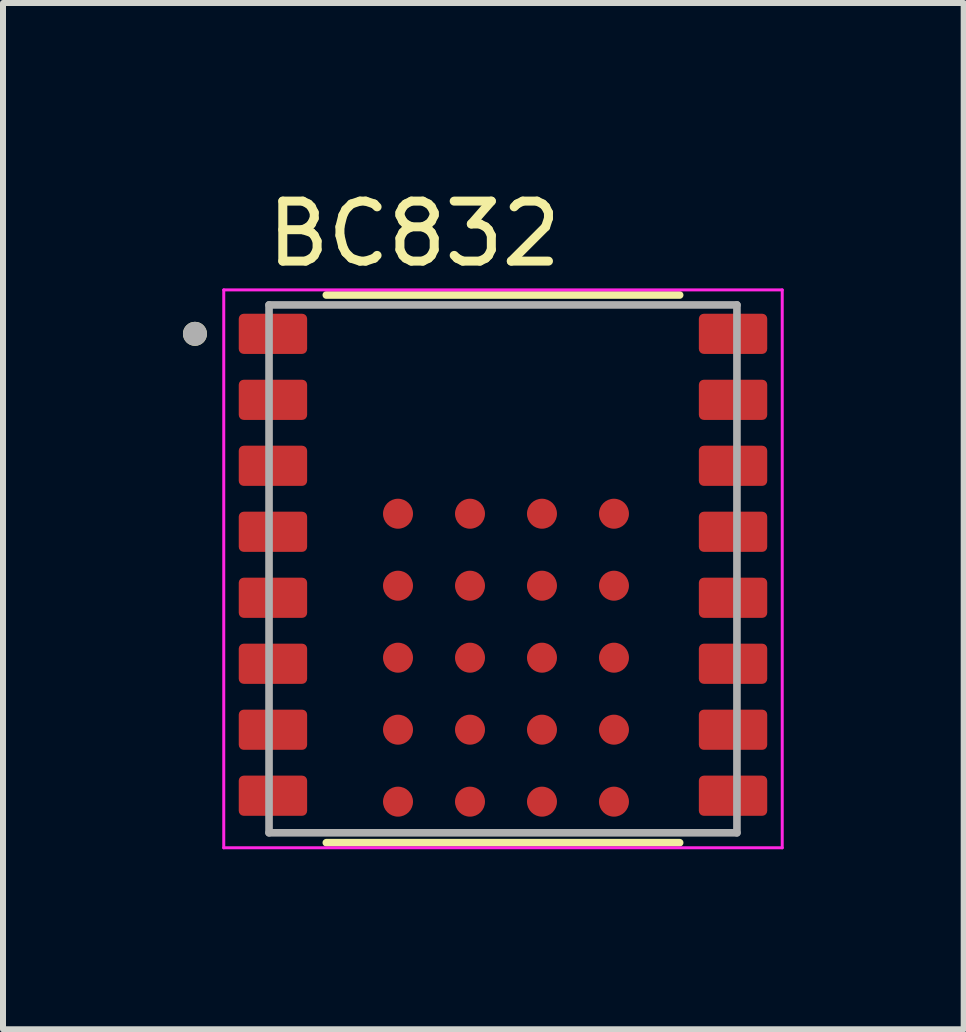
<source format=kicad_pcb>
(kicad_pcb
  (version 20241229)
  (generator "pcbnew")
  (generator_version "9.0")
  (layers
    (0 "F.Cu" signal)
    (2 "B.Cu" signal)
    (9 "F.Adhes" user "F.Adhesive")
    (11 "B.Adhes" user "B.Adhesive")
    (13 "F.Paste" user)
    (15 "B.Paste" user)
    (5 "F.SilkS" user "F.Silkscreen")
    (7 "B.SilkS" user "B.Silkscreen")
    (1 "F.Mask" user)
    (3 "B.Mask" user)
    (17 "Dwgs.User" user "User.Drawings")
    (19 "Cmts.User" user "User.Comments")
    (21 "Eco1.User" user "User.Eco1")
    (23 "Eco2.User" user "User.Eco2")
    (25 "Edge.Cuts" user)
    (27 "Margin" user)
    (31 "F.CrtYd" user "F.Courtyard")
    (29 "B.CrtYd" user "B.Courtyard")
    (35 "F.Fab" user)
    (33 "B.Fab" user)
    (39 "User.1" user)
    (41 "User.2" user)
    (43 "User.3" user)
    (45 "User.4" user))
  (footprint "BC832"
    (layer "F.Cu")
    (at 5.335 6.433)
    (property "Reference" "BC832" (at -1.48 -5.585 0) (layer "F.SilkS") (effects (font (size 1 1) (thickness 0.15))))
    (attr smd)
    (fp_line (start -2.945 -4.565) (end 2.945 -4.565) (stroke (width 0.127) (type solid)) (layer "F.SilkS"))
    (fp_line (start -2.945 4.565) (end 2.945 4.565) (stroke (width 0.127) (type solid)) (layer "F.SilkS"))
    (fp_circle (center -5.135 -3.918) (end -5.035 -3.918) (stroke (width 0.2) (type solid)) (fill no) (layer "F.SilkS"))
    (fp_line (start -4.655 -4.65) (end -4.655 4.65) (stroke (width 0.05) (type solid)) (layer "F.CrtYd"))
    (fp_line (start -4.655 4.65) (end 4.655 4.65) (stroke (width 0.05) (type solid)) (layer "F.CrtYd"))
    (fp_line (start 4.655 -4.65) (end -4.655 -4.65) (stroke (width 0.05) (type solid)) (layer "F.CrtYd"))
    (fp_line (start 4.655 4.65) (end 4.655 -4.65) (stroke (width 0.05) (type solid)) (layer "F.CrtYd"))
    (fp_line (start -3.9 -4.4) (end -3.9 4.4) (stroke (width 0.127) (type solid)) (layer "F.Fab"))
    (fp_line (start -3.9 -4.4) (end 3.9 -4.4) (stroke (width 0.127) (type solid)) (layer "F.Fab"))
    (fp_line (start 3.9 -4.4) (end 3.9 4.4) (stroke (width 0.127) (type solid)) (layer "F.Fab"))
    (fp_line (start 3.9 4.4) (end -3.9 4.4) (stroke (width 0.127) (type solid)) (layer "F.Fab"))
    (fp_circle (center -5.135 -3.918) (end -5.035 -3.918) (stroke (width 0.2) (type solid)) (fill no) (layer "F.Fab"))
    (pad "1" smd roundrect (at -3.835 -3.918) (size 1.14 0.67) (layers "F.Cu" "F.Mask" "F.Paste") (roundrect_rratio 0.125))
    (pad "2" smd roundrect (at -3.835 -2.818) (size 1.14 0.67) (layers "F.Cu" "F.Mask" "F.Paste") (roundrect_rratio 0.125))
    (pad "3" smd roundrect (at -3.835 -1.718) (size 1.14 0.67) (layers "F.Cu" "F.Mask" "F.Paste") (roundrect_rratio 0.125))
    (pad "4" smd roundrect (at -3.835 -0.618) (size 1.14 0.67) (layers "F.Cu" "F.Mask" "F.Paste") (roundrect_rratio 0.125))
    (pad "5" smd roundrect (at -3.835 0.482) (size 1.14 0.67) (layers "F.Cu" "F.Mask" "F.Paste") (roundrect_rratio 0.125))
    (pad "6" smd roundrect (at -3.835 1.582) (size 1.14 0.67) (layers "F.Cu" "F.Mask" "F.Paste") (roundrect_rratio 0.125))
    (pad "7" smd roundrect (at -3.835 2.682) (size 1.14 0.67) (layers "F.Cu" "F.Mask" "F.Paste") (roundrect_rratio 0.125))
    (pad "8" smd roundrect (at -3.835 3.782) (size 1.14 0.67) (layers "F.Cu" "F.Mask" "F.Paste") (roundrect_rratio 0.125))
    (pad "9" smd roundrect (at 3.835 3.782) (size 1.14 0.67) (layers "F.Cu" "F.Mask" "F.Paste") (roundrect_rratio 0.125))
    (pad "10" smd roundrect (at 3.835 2.682) (size 1.14 0.67) (layers "F.Cu" "F.Mask" "F.Paste") (roundrect_rratio 0.125))
    (pad "11" smd roundrect (at 3.835 1.582) (size 1.14 0.67) (layers "F.Cu" "F.Mask" "F.Paste") (roundrect_rratio 0.125))
    (pad "12" smd roundrect (at 3.835 0.482) (size 1.14 0.67) (layers "F.Cu" "F.Mask" "F.Paste") (roundrect_rratio 0.125))
    (pad "13" smd roundrect (at 3.835 -0.618) (size 1.14 0.67) (layers "F.Cu" "F.Mask" "F.Paste") (roundrect_rratio 0.125))
    (pad "14" smd roundrect (at 3.835 -1.718) (size 1.14 0.67) (layers "F.Cu" "F.Mask" "F.Paste") (roundrect_rratio 0.125))
    (pad "15" smd roundrect (at 3.835 -2.818) (size 1.14 0.67) (layers "F.Cu" "F.Mask" "F.Paste") (roundrect_rratio 0.125))
    (pad "16" smd roundrect (at 3.835 -3.918) (size 1.14 0.67) (layers "F.Cu" "F.Mask" "F.Paste") (roundrect_rratio 0.125))
    (pad "A1" smd circle (at -1.75 -0.919) (size 0.5 0.5) (layers "F.Cu" "F.Mask" "F.Paste"))
    (pad "A2" smd circle (at -1.75 0.281) (size 0.5 0.5) (layers "F.Cu" "F.Mask" "F.Paste"))
    (pad "A3" smd circle (at -1.75 1.481) (size 0.5 0.5) (layers "F.Cu" "F.Mask" "F.Paste"))
    (pad "A4" smd circle (at -1.75 2.681) (size 0.5 0.5) (layers "F.Cu" "F.Mask" "F.Paste"))
    (pad "A5" smd circle (at -1.75 3.881) (size 0.5 0.5) (layers "F.Cu" "F.Mask" "F.Paste"))
    (pad "B1" smd circle (at -0.55 -0.919) (size 0.5 0.5) (layers "F.Cu" "F.Mask" "F.Paste"))
    (pad "B2" smd circle (at -0.55 0.281) (size 0.5 0.5) (layers "F.Cu" "F.Mask" "F.Paste"))
    (pad "B3" smd circle (at -0.55 1.481) (size 0.5 0.5) (layers "F.Cu" "F.Mask" "F.Paste"))
    (pad "B4" smd circle (at -0.55 2.681) (size 0.5 0.5) (layers "F.Cu" "F.Mask" "F.Paste"))
    (pad "B5" smd circle (at -0.55 3.881) (size 0.5 0.5) (layers "F.Cu" "F.Mask" "F.Paste"))
    (pad "C1" smd circle (at 0.65 -0.919) (size 0.5 0.5) (layers "F.Cu" "F.Mask" "F.Paste"))
    (pad "C2" smd circle (at 0.65 0.281) (size 0.5 0.5) (layers "F.Cu" "F.Mask" "F.Paste"))
    (pad "C3" smd circle (at 0.65 1.481) (size 0.5 0.5) (layers "F.Cu" "F.Mask" "F.Paste"))
    (pad "C4" smd circle (at 0.65 2.681) (size 0.5 0.5) (layers "F.Cu" "F.Mask" "F.Paste"))
    (pad "C5" smd circle (at 0.65 3.881) (size 0.5 0.5) (layers "F.Cu" "F.Mask" "F.Paste"))
    (pad "D1" smd circle (at 1.85 -0.919) (size 0.5 0.5) (layers "F.Cu" "F.Mask" "F.Paste"))
    (pad "D2" smd circle (at 1.85 0.281) (size 0.5 0.5) (layers "F.Cu" "F.Mask" "F.Paste"))
    (pad "D3" smd circle (at 1.85 1.481) (size 0.5 0.5) (layers "F.Cu" "F.Mask" "F.Paste"))
    (pad "D4" smd circle (at 1.85 2.681) (size 0.5 0.5) (layers "F.Cu" "F.Mask" "F.Paste"))
    (pad "D5" smd circle (at 1.85 3.881) (size 0.5 0.5) (layers "F.Cu" "F.Mask" "F.Paste"))
    (zone (net_name "") (layer "F.Cu") (hatch full 0.508) (connect_pads) (min_thickness 0.01) (filled_areas_thickness no) (keepout (tracks not_allowed) (vias not_allowed) (pads not_allowed) (copperpour not_allowed) (footprints allowed)) (placement (enabled no)) (fill) (polygon (pts (xy 1.435 2.033) (xy 1.435 2.18) (xy 2 2.18) (xy 2.004 2.18) (xy 2.007 2.18) (xy 2.011 2.181) (xy 2.015 2.182) (xy 2.018 2.182) (xy 2.022 2.183) (xy 2.025 2.185) (xy 2.028 2.186) (xy 2.032 2.188) (xy 2.035 2.189) (xy 2.038 2.191) (xy 2.041 2.193) (xy 2.044 2.196) (xy 2.047 2.198) (xy 2.049 2.201) (xy 2.052 2.203) (xy 2.054 2.206) (xy 2.057 2.209) (xy 2.059 2.212) (xy 2.061 2.215) (xy 2.062 2.218) (xy 2.064 2.222) (xy 2.065 2.225) (xy 2.067 2.228) (xy 2.068 2.232) (xy 2.068 2.235) (xy 2.069 2.239) (xy 2.07 2.243) (xy 2.07 2.246) (xy 2.07 2.25) (xy 2.07 2.78) (xy 2.07 2.784) (xy 2.07 2.787) (xy 2.069 2.791) (xy 2.068 2.795) (xy 2.068 2.798) (xy 2.067 2.802) (xy 2.065 2.805) (xy 2.064 2.808) (xy 2.062 2.812) (xy 2.061 2.815) (xy 2.059 2.818) (xy 2.057 2.821) (xy 2.054 2.824) (xy 2.052 2.827) (xy 2.049 2.829) (xy 2.047 2.832) (xy 2.044 2.834) (xy 2.041 2.837) (xy 2.038 2.839) (xy 2.035 2.841) (xy 2.032 2.842) (xy 2.028 2.844) (xy 2.025 2.845) (xy 2.022 2.847) (xy 2.018 2.848) (xy 2.015 2.848) (xy 2.011 2.849) (xy 2.007 2.85) (xy 2.004 2.85) (xy 2 2.85) (xy 1.435 2.85) (xy 1.435 3.28) (xy 2 3.28) (xy 2.004 3.28) (xy 2.007 3.28) (xy 2.011 3.281) (xy 2.015 3.282) (xy 2.018 3.282) (xy 2.022 3.283) (xy 2.025 3.285) (xy 2.028 3.286) (xy 2.032 3.288) (xy 2.035 3.289) (xy 2.038 3.291) (xy 2.041 3.293) (xy 2.044 3.296) (xy 2.047 3.298) (xy 2.049 3.301) (xy 2.052 3.303) (xy 2.054 3.306) (xy 2.057 3.309) (xy 2.059 3.312) (xy 2.061 3.315) (xy 2.062 3.318) (xy 2.064 3.322) (xy 2.065 3.325) (xy 2.067 3.328) (xy 2.068 3.332) (xy 2.068 3.335) (xy 2.069 3.339) (xy 2.07 3.343) (xy 2.07 3.346) (xy 2.07 3.35) (xy 2.07 3.88) (xy 2.07 3.884) (xy 2.07 3.887) (xy 2.069 3.891) (xy 2.068 3.895) (xy 2.068 3.898) (xy 2.067 3.902) (xy 2.065 3.905) (xy 2.064 3.908) (xy 2.062 3.912) (xy 2.061 3.915) (xy 2.059 3.918) (xy 2.057 3.921) (xy 2.054 3.924) (xy 2.052 3.927) (xy 2.049 3.929) (xy 2.047 3.932) (xy 2.044 3.934) (xy 2.041 3.937) (xy 2.038 3.939) (xy 2.035 3.941) (xy 2.032 3.942) (xy 2.028 3.944) (xy 2.025 3.945) (xy 2.022 3.947) (xy 2.018 3.948) (xy 2.015 3.948) (xy 2.011 3.949) (xy 2.007 3.95) (xy 2.004 3.95) (xy 2 3.95) (xy 1.435 3.95) (xy 1.435 4.38) (xy 2 4.38) (xy 2.004 4.38) (xy 2.007 4.38) (xy 2.011 4.381) (xy 2.015 4.382) (xy 2.018 4.382) (xy 2.022 4.383) (xy 2.025 4.385) (xy 2.028 4.386) (xy 2.032 4.388) (xy 2.035 4.389) (xy 2.038 4.391) (xy 2.041 4.393) (xy 2.044 4.396) (xy 2.047 4.398) (xy 2.049 4.401) (xy 2.052 4.403) (xy 2.054 4.406) (xy 2.057 4.409) (xy 2.059 4.412) (xy 2.061 4.415) (xy 2.062 4.418) (xy 2.064 4.422) (xy 2.065 4.425) (xy 2.067 4.428) (xy 2.068 4.432) (xy 2.068 4.435) (xy 2.069 4.439) (xy 2.07 4.443) (xy 2.07 4.446) (xy 2.07 4.45) (xy 2.07 4.98) (xy 2.07 4.984) (xy 2.07 4.987) (xy 2.069 4.991) (xy 2.068 4.995) (xy 2.068 4.998) (xy 2.067 5.002) (xy 2.065 5.005) (xy 2.064 5.008) (xy 2.062 5.012) (xy 2.061 5.015) (xy 2.059 5.018) (xy 2.057 5.021) (xy 2.054 5.024) (xy 2.052 5.027) (xy 2.049 5.029) (xy 2.047 5.032) (xy 2.044 5.034) (xy 2.041 5.037) (xy 2.038 5.039) (xy 2.035 5.041) (xy 2.032 5.042) (xy 2.028 5.044) (xy 2.025 5.045) (xy 2.022 5.047) (xy 2.018 5.048) (xy 2.015 5.048) (xy 2.011 5.049) (xy 2.007 5.05) (xy 2.004 5.05) (xy 2 5.05) (xy 1.435 5.05) (xy 1.435 5.233) (xy 9.235 5.233) (xy 9.235 5.05) (xy 8.67 5.05) (xy 8.666 5.05) (xy 8.663 5.05) (xy 8.659 5.049) (xy 8.655 5.048) (xy 8.652 5.048) (xy 8.648 5.047) (xy 8.645 5.045) (xy 8.642 5.044) (xy 8.638 5.042) (xy 8.635 5.041) (xy 8.632 5.039) (xy 8.629 5.037) (xy 8.626 5.034) (xy 8.623 5.032) (xy 8.621 5.029) (xy 8.618 5.027) (xy 8.616 5.024) (xy 8.613 5.021) (xy 8.611 5.018) (xy 8.609 5.015) (xy 8.608 5.012) (xy 8.606 5.008) (xy 8.605 5.005) (xy 8.603 5.002) (xy 8.602 4.998) (xy 8.602 4.995) (xy 8.601 4.991) (xy 8.6 4.987) (xy 8.6 4.984) (xy 8.6 4.98) (xy 8.6 4.45) (xy 8.6 4.446) (xy 8.6 4.443) (xy 8.601 4.439) (xy 8.602 4.435) (xy 8.602 4.432) (xy 8.603 4.428) (xy 8.605 4.425) (xy 8.606 4.422) (xy 8.608 4.418) (xy 8.609 4.415) (xy 8.611 4.412) (xy 8.613 4.409) (xy 8.616 4.406) (xy 8.618 4.403) (xy 8.621 4.401) (xy 8.623 4.398) (xy 8.626 4.396) (xy 8.629 4.393) (xy 8.632 4.391) (xy 8.635 4.389) (xy 8.638 4.388) (xy 8.642 4.386) (xy 8.645 4.385) (xy 8.648 4.383) (xy 8.652 4.382) (xy 8.655 4.382) (xy 8.659 4.381) (xy 8.663 4.38) (xy 8.666 4.38) (xy 8.67 4.38) (xy 9.235 4.38) (xy 9.235 3.95) (xy 8.67 3.95) (xy 8.666 3.95) (xy 8.663 3.95) (xy 8.659 3.949) (xy 8.655 3.948) (xy 8.652 3.948) (xy 8.648 3.947) (xy 8.645 3.945) (xy 8.642 3.944) (xy 8.638 3.942) (xy 8.635 3.941) (xy 8.632 3.939) (xy 8.629 3.937) (xy 8.626 3.934) (xy 8.623 3.932) (xy 8.621 3.929) (xy 8.618 3.927) (xy 8.616 3.924) (xy 8.613 3.921) (xy 8.611 3.918) (xy 8.609 3.915) (xy 8.608 3.912) (xy 8.606 3.908) (xy 8.605 3.905) (xy 8.603 3.902) (xy 8.602 3.898) (xy 8.602 3.895) (xy 8.601 3.891) (xy 8.6 3.887) (xy 8.6 3.884) (xy 8.6 3.88) (xy 8.6 3.35) (xy 8.6 3.346) (xy 8.6 3.343) (xy 8.601 3.339) (xy 8.602 3.335) (xy 8.602 3.332) (xy 8.603 3.328) (xy 8.605 3.325) (xy 8.606 3.322) (xy 8.608 3.318) (xy 8.609 3.315) (xy 8.611 3.312) (xy 8.613 3.309) (xy 8.616 3.306) (xy 8.618 3.303) (xy 8.621 3.301) (xy 8.623 3.298) (xy 8.626 3.296) (xy 8.629 3.293) (xy 8.632 3.291) (xy 8.635 3.289) (xy 8.638 3.288) (xy 8.642 3.286) (xy 8.645 3.285) (xy 8.648 3.283) (xy 8.652 3.282) (xy 8.655 3.282) (xy 8.659 3.281) (xy 8.663 3.28) (xy 8.666 3.28) (xy 8.67 3.28) (xy 9.235 3.28) (xy 9.235 2.85) (xy 8.67 2.85) (xy 8.666 2.85) (xy 8.663 2.85) (xy 8.659 2.849) (xy 8.655 2.848) (xy 8.652 2.848) (xy 8.648 2.847) (xy 8.645 2.845) (xy 8.642 2.844) (xy 8.638 2.842) (xy 8.635 2.841) (xy 8.632 2.839) (xy 8.629 2.837) (xy 8.626 2.834) (xy 8.623 2.832) (xy 8.621 2.829) (xy 8.618 2.827) (xy 8.616 2.824) (xy 8.613 2.821) (xy 8.611 2.818) (xy 8.609 2.815) (xy 8.608 2.812) (xy 8.606 2.808) (xy 8.605 2.805) (xy 8.603 2.802) (xy 8.602 2.798) (xy 8.602 2.795) (xy 8.601 2.791) (xy 8.6 2.787) (xy 8.6 2.784) (xy 8.6 2.78) (xy 8.6 2.25) (xy 8.6 2.246) (xy 8.6 2.243) (xy 8.601 2.239) (xy 8.602 2.235) (xy 8.602 2.232) (xy 8.603 2.228) (xy 8.605 2.225) (xy 8.606 2.222) (xy 8.608 2.218) (xy 8.609 2.215) (xy 8.611 2.212) (xy 8.613 2.209) (xy 8.616 2.206) (xy 8.618 2.203) (xy 8.621 2.201) (xy 8.623 2.198) (xy 8.626 2.196) (xy 8.629 2.193) (xy 8.632 2.191) (xy 8.635 2.189) (xy 8.638 2.188) (xy 8.642 2.186) (xy 8.645 2.185) (xy 8.648 2.183) (xy 8.652 2.182) (xy 8.655 2.182) (xy 8.659 2.181) (xy 8.663 2.18) (xy 8.666 2.18) (xy 8.67 2.18) (xy 9.235 2.18) (xy 9.235 2.033))))
    (zone (net_name "") (layers "F.Cu" "B.Cu") (hatch full 0.508) (connect_pads) (min_thickness 0.01) (filled_areas_thickness no) (keepout (tracks allowed) (vias not_allowed) (pads allowed) (copperpour allowed) (footprints allowed)) (placement (enabled no)) (fill) (polygon (pts (xy 1.435 2.033) (xy 1.435 2.18) (xy 2 2.18) (xy 2.004 2.18) (xy 2.007 2.18) (xy 2.011 2.181) (xy 2.015 2.182) (xy 2.018 2.182) (xy 2.022 2.183) (xy 2.025 2.185) (xy 2.028 2.186) (xy 2.032 2.188) (xy 2.035 2.189) (xy 2.038 2.191) (xy 2.041 2.193) (xy 2.044 2.196) (xy 2.047 2.198) (xy 2.049 2.201) (xy 2.052 2.203) (xy 2.054 2.206) (xy 2.057 2.209) (xy 2.059 2.212) (xy 2.061 2.215) (xy 2.062 2.218) (xy 2.064 2.222) (xy 2.065 2.225) (xy 2.067 2.228) (xy 2.068 2.232) (xy 2.068 2.235) (xy 2.069 2.239) (xy 2.07 2.243) (xy 2.07 2.246) (xy 2.07 2.25) (xy 2.07 2.78) (xy 2.07 2.784) (xy 2.07 2.787) (xy 2.069 2.791) (xy 2.068 2.795) (xy 2.068 2.798) (xy 2.067 2.802) (xy 2.065 2.805) (xy 2.064 2.808) (xy 2.062 2.812) (xy 2.061 2.815) (xy 2.059 2.818) (xy 2.057 2.821) (xy 2.054 2.824) (xy 2.052 2.827) (xy 2.049 2.829) (xy 2.047 2.832) (xy 2.044 2.834) (xy 2.041 2.837) (xy 2.038 2.839) (xy 2.035 2.841) (xy 2.032 2.842) (xy 2.028 2.844) (xy 2.025 2.845) (xy 2.022 2.847) (xy 2.018 2.848) (xy 2.015 2.848) (xy 2.011 2.849) (xy 2.007 2.85) (xy 2.004 2.85) (xy 2 2.85) (xy 1.435 2.85) (xy 1.435 3.28) (xy 2 3.28) (xy 2.004 3.28) (xy 2.007 3.28) (xy 2.011 3.281) (xy 2.015 3.282) (xy 2.018 3.282) (xy 2.022 3.283) (xy 2.025 3.285) (xy 2.028 3.286) (xy 2.032 3.288) (xy 2.035 3.289) (xy 2.038 3.291) (xy 2.041 3.293) (xy 2.044 3.296) (xy 2.047 3.298) (xy 2.049 3.301) (xy 2.052 3.303) (xy 2.054 3.306) (xy 2.057 3.309) (xy 2.059 3.312) (xy 2.061 3.315) (xy 2.062 3.318) (xy 2.064 3.322) (xy 2.065 3.325) (xy 2.067 3.328) (xy 2.068 3.332) (xy 2.068 3.335) (xy 2.069 3.339) (xy 2.07 3.343) (xy 2.07 3.346) (xy 2.07 3.35) (xy 2.07 3.88) (xy 2.07 3.884) (xy 2.07 3.887) (xy 2.069 3.891) (xy 2.068 3.895) (xy 2.068 3.898) (xy 2.067 3.902) (xy 2.065 3.905) (xy 2.064 3.908) (xy 2.062 3.912) (xy 2.061 3.915) (xy 2.059 3.918) (xy 2.057 3.921) (xy 2.054 3.924) (xy 2.052 3.927) (xy 2.049 3.929) (xy 2.047 3.932) (xy 2.044 3.934) (xy 2.041 3.937) (xy 2.038 3.939) (xy 2.035 3.941) (xy 2.032 3.942) (xy 2.028 3.944) (xy 2.025 3.945) (xy 2.022 3.947) (xy 2.018 3.948) (xy 2.015 3.948) (xy 2.011 3.949) (xy 2.007 3.95) (xy 2.004 3.95) (xy 2 3.95) (xy 1.435 3.95) (xy 1.435 4.38) (xy 2 4.38) (xy 2.004 4.38) (xy 2.007 4.38) (xy 2.011 4.381) (xy 2.015 4.382) (xy 2.018 4.382) (xy 2.022 4.383) (xy 2.025 4.385) (xy 2.028 4.386) (xy 2.032 4.388) (xy 2.035 4.389) (xy 2.038 4.391) (xy 2.041 4.393) (xy 2.044 4.396) (xy 2.047 4.398) (xy 2.049 4.401) (xy 2.052 4.403) (xy 2.054 4.406) (xy 2.057 4.409) (xy 2.059 4.412) (xy 2.061 4.415) (xy 2.062 4.418) (xy 2.064 4.422) (xy 2.065 4.425) (xy 2.067 4.428) (xy 2.068 4.432) (xy 2.068 4.435) (xy 2.069 4.439) (xy 2.07 4.443) (xy 2.07 4.446) (xy 2.07 4.45) (xy 2.07 4.98) (xy 2.07 4.984) (xy 2.07 4.987) (xy 2.069 4.991) (xy 2.068 4.995) (xy 2.068 4.998) (xy 2.067 5.002) (xy 2.065 5.005) (xy 2.064 5.008) (xy 2.062 5.012) (xy 2.061 5.015) (xy 2.059 5.018) (xy 2.057 5.021) (xy 2.054 5.024) (xy 2.052 5.027) (xy 2.049 5.029) (xy 2.047 5.032) (xy 2.044 5.034) (xy 2.041 5.037) (xy 2.038 5.039) (xy 2.035 5.041) (xy 2.032 5.042) (xy 2.028 5.044) (xy 2.025 5.045) (xy 2.022 5.047) (xy 2.018 5.048) (xy 2.015 5.048) (xy 2.011 5.049) (xy 2.007 5.05) (xy 2.004 5.05) (xy 2 5.05) (xy 1.435 5.05) (xy 1.435 5.233) (xy 9.235 5.233) (xy 9.235 5.05) (xy 8.67 5.05) (xy 8.666 5.05) (xy 8.663 5.05) (xy 8.659 5.049) (xy 8.655 5.048) (xy 8.652 5.048) (xy 8.648 5.047) (xy 8.645 5.045) (xy 8.642 5.044) (xy 8.638 5.042) (xy 8.635 5.041) (xy 8.632 5.039) (xy 8.629 5.037) (xy 8.626 5.034) (xy 8.623 5.032) (xy 8.621 5.029) (xy 8.618 5.027) (xy 8.616 5.024) (xy 8.613 5.021) (xy 8.611 5.018) (xy 8.609 5.015) (xy 8.608 5.012) (xy 8.606 5.008) (xy 8.605 5.005) (xy 8.603 5.002) (xy 8.602 4.998) (xy 8.602 4.995) (xy 8.601 4.991) (xy 8.6 4.987) (xy 8.6 4.984) (xy 8.6 4.98) (xy 8.6 4.45) (xy 8.6 4.446) (xy 8.6 4.443) (xy 8.601 4.439) (xy 8.602 4.435) (xy 8.602 4.432) (xy 8.603 4.428) (xy 8.605 4.425) (xy 8.606 4.422) (xy 8.608 4.418) (xy 8.609 4.415) (xy 8.611 4.412) (xy 8.613 4.409) (xy 8.616 4.406) (xy 8.618 4.403) (xy 8.621 4.401) (xy 8.623 4.398) (xy 8.626 4.396) (xy 8.629 4.393) (xy 8.632 4.391) (xy 8.635 4.389) (xy 8.638 4.388) (xy 8.642 4.386) (xy 8.645 4.385) (xy 8.648 4.383) (xy 8.652 4.382) (xy 8.655 4.382) (xy 8.659 4.381) (xy 8.663 4.38) (xy 8.666 4.38) (xy 8.67 4.38) (xy 9.235 4.38) (xy 9.235 3.95) (xy 8.67 3.95) (xy 8.666 3.95) (xy 8.663 3.95) (xy 8.659 3.949) (xy 8.655 3.948) (xy 8.652 3.948) (xy 8.648 3.947) (xy 8.645 3.945) (xy 8.642 3.944) (xy 8.638 3.942) (xy 8.635 3.941) (xy 8.632 3.939) (xy 8.629 3.937) (xy 8.626 3.934) (xy 8.623 3.932) (xy 8.621 3.929) (xy 8.618 3.927) (xy 8.616 3.924) (xy 8.613 3.921) (xy 8.611 3.918) (xy 8.609 3.915) (xy 8.608 3.912) (xy 8.606 3.908) (xy 8.605 3.905) (xy 8.603 3.902) (xy 8.602 3.898) (xy 8.602 3.895) (xy 8.601 3.891) (xy 8.6 3.887) (xy 8.6 3.884) (xy 8.6 3.88) (xy 8.6 3.35) (xy 8.6 3.346) (xy 8.6 3.343) (xy 8.601 3.339) (xy 8.602 3.335) (xy 8.602 3.332) (xy 8.603 3.328) (xy 8.605 3.325) (xy 8.606 3.322) (xy 8.608 3.318) (xy 8.609 3.315) (xy 8.611 3.312) (xy 8.613 3.309) (xy 8.616 3.306) (xy 8.618 3.303) (xy 8.621 3.301) (xy 8.623 3.298) (xy 8.626 3.296) (xy 8.629 3.293) (xy 8.632 3.291) (xy 8.635 3.289) (xy 8.638 3.288) (xy 8.642 3.286) (xy 8.645 3.285) (xy 8.648 3.283) (xy 8.652 3.282) (xy 8.655 3.282) (xy 8.659 3.281) (xy 8.663 3.28) (xy 8.666 3.28) (xy 8.67 3.28) (xy 9.235 3.28) (xy 9.235 2.85) (xy 8.67 2.85) (xy 8.666 2.85) (xy 8.663 2.85) (xy 8.659 2.849) (xy 8.655 2.848) (xy 8.652 2.848) (xy 8.648 2.847) (xy 8.645 2.845) (xy 8.642 2.844) (xy 8.638 2.842) (xy 8.635 2.841) (xy 8.632 2.839) (xy 8.629 2.837) (xy 8.626 2.834) (xy 8.623 2.832) (xy 8.621 2.829) (xy 8.618 2.827) (xy 8.616 2.824) (xy 8.613 2.821) (xy 8.611 2.818) (xy 8.609 2.815) (xy 8.608 2.812) (xy 8.606 2.808) (xy 8.605 2.805) (xy 8.603 2.802) (xy 8.602 2.798) (xy 8.602 2.795) (xy 8.601 2.791) (xy 8.6 2.787) (xy 8.6 2.784) (xy 8.6 2.78) (xy 8.6 2.25) (xy 8.6 2.246) (xy 8.6 2.243) (xy 8.601 2.239) (xy 8.602 2.235) (xy 8.602 2.232) (xy 8.603 2.228) (xy 8.605 2.225) (xy 8.606 2.222) (xy 8.608 2.218) (xy 8.609 2.215) (xy 8.611 2.212) (xy 8.613 2.209) (xy 8.616 2.206) (xy 8.618 2.203) (xy 8.621 2.201) (xy 8.623 2.198) (xy 8.626 2.196) (xy 8.629 2.193) (xy 8.632 2.191) (xy 8.635 2.189) (xy 8.638 2.188) (xy 8.642 2.186) (xy 8.645 2.185) (xy 8.648 2.183) (xy 8.652 2.182) (xy 8.655 2.182) (xy 8.659 2.181) (xy 8.663 2.18) (xy 8.666 2.18) (xy 8.67 2.18) (xy 9.235 2.18) (xy 9.235 2.033))))
    (zone (net_name "") (layer "B.Cu") (hatch full 0.508) (connect_pads) (min_thickness 0.01) (filled_areas_thickness no) (keepout (tracks not_allowed) (vias not_allowed) (pads not_allowed) (copperpour not_allowed) (footprints allowed)) (placement (enabled no)) (fill) (polygon (pts (xy 1.435 2.033) (xy 1.435 2.18) (xy 2 2.18) (xy 2.004 2.18) (xy 2.007 2.18) (xy 2.011 2.181) (xy 2.015 2.182) (xy 2.018 2.182) (xy 2.022 2.183) (xy 2.025 2.185) (xy 2.028 2.186) (xy 2.032 2.188) (xy 2.035 2.189) (xy 2.038 2.191) (xy 2.041 2.193) (xy 2.044 2.196) (xy 2.047 2.198) (xy 2.049 2.201) (xy 2.052 2.203) (xy 2.054 2.206) (xy 2.057 2.209) (xy 2.059 2.212) (xy 2.061 2.215) (xy 2.062 2.218) (xy 2.064 2.222) (xy 2.065 2.225) (xy 2.067 2.228) (xy 2.068 2.232) (xy 2.068 2.235) (xy 2.069 2.239) (xy 2.07 2.243) (xy 2.07 2.246) (xy 2.07 2.25) (xy 2.07 2.78) (xy 2.07 2.784) (xy 2.07 2.787) (xy 2.069 2.791) (xy 2.068 2.795) (xy 2.068 2.798) (xy 2.067 2.802) (xy 2.065 2.805) (xy 2.064 2.808) (xy 2.062 2.812) (xy 2.061 2.815) (xy 2.059 2.818) (xy 2.057 2.821) (xy 2.054 2.824) (xy 2.052 2.827) (xy 2.049 2.829) (xy 2.047 2.832) (xy 2.044 2.834) (xy 2.041 2.837) (xy 2.038 2.839) (xy 2.035 2.841) (xy 2.032 2.842) (xy 2.028 2.844) (xy 2.025 2.845) (xy 2.022 2.847) (xy 2.018 2.848) (xy 2.015 2.848) (xy 2.011 2.849) (xy 2.007 2.85) (xy 2.004 2.85) (xy 2 2.85) (xy 1.435 2.85) (xy 1.435 3.28) (xy 2 3.28) (xy 2.004 3.28) (xy 2.007 3.28) (xy 2.011 3.281) (xy 2.015 3.282) (xy 2.018 3.282) (xy 2.022 3.283) (xy 2.025 3.285) (xy 2.028 3.286) (xy 2.032 3.288) (xy 2.035 3.289) (xy 2.038 3.291) (xy 2.041 3.293) (xy 2.044 3.296) (xy 2.047 3.298) (xy 2.049 3.301) (xy 2.052 3.303) (xy 2.054 3.306) (xy 2.057 3.309) (xy 2.059 3.312) (xy 2.061 3.315) (xy 2.062 3.318) (xy 2.064 3.322) (xy 2.065 3.325) (xy 2.067 3.328) (xy 2.068 3.332) (xy 2.068 3.335) (xy 2.069 3.339) (xy 2.07 3.343) (xy 2.07 3.346) (xy 2.07 3.35) (xy 2.07 3.88) (xy 2.07 3.884) (xy 2.07 3.887) (xy 2.069 3.891) (xy 2.068 3.895) (xy 2.068 3.898) (xy 2.067 3.902) (xy 2.065 3.905) (xy 2.064 3.908) (xy 2.062 3.912) (xy 2.061 3.915) (xy 2.059 3.918) (xy 2.057 3.921) (xy 2.054 3.924) (xy 2.052 3.927) (xy 2.049 3.929) (xy 2.047 3.932) (xy 2.044 3.934) (xy 2.041 3.937) (xy 2.038 3.939) (xy 2.035 3.941) (xy 2.032 3.942) (xy 2.028 3.944) (xy 2.025 3.945) (xy 2.022 3.947) (xy 2.018 3.948) (xy 2.015 3.948) (xy 2.011 3.949) (xy 2.007 3.95) (xy 2.004 3.95) (xy 2 3.95) (xy 1.435 3.95) (xy 1.435 4.38) (xy 2 4.38) (xy 2.004 4.38) (xy 2.007 4.38) (xy 2.011 4.381) (xy 2.015 4.382) (xy 2.018 4.382) (xy 2.022 4.383) (xy 2.025 4.385) (xy 2.028 4.386) (xy 2.032 4.388) (xy 2.035 4.389) (xy 2.038 4.391) (xy 2.041 4.393) (xy 2.044 4.396) (xy 2.047 4.398) (xy 2.049 4.401) (xy 2.052 4.403) (xy 2.054 4.406) (xy 2.057 4.409) (xy 2.059 4.412) (xy 2.061 4.415) (xy 2.062 4.418) (xy 2.064 4.422) (xy 2.065 4.425) (xy 2.067 4.428) (xy 2.068 4.432) (xy 2.068 4.435) (xy 2.069 4.439) (xy 2.07 4.443) (xy 2.07 4.446) (xy 2.07 4.45) (xy 2.07 4.98) (xy 2.07 4.984) (xy 2.07 4.987) (xy 2.069 4.991) (xy 2.068 4.995) (xy 2.068 4.998) (xy 2.067 5.002) (xy 2.065 5.005) (xy 2.064 5.008) (xy 2.062 5.012) (xy 2.061 5.015) (xy 2.059 5.018) (xy 2.057 5.021) (xy 2.054 5.024) (xy 2.052 5.027) (xy 2.049 5.029) (xy 2.047 5.032) (xy 2.044 5.034) (xy 2.041 5.037) (xy 2.038 5.039) (xy 2.035 5.041) (xy 2.032 5.042) (xy 2.028 5.044) (xy 2.025 5.045) (xy 2.022 5.047) (xy 2.018 5.048) (xy 2.015 5.048) (xy 2.011 5.049) (xy 2.007 5.05) (xy 2.004 5.05) (xy 2 5.05) (xy 1.435 5.05) (xy 1.435 5.233) (xy 9.235 5.233) (xy 9.235 5.05) (xy 8.67 5.05) (xy 8.666 5.05) (xy 8.663 5.05) (xy 8.659 5.049) (xy 8.655 5.048) (xy 8.652 5.048) (xy 8.648 5.047) (xy 8.645 5.045) (xy 8.642 5.044) (xy 8.638 5.042) (xy 8.635 5.041) (xy 8.632 5.039) (xy 8.629 5.037) (xy 8.626 5.034) (xy 8.623 5.032) (xy 8.621 5.029) (xy 8.618 5.027) (xy 8.616 5.024) (xy 8.613 5.021) (xy 8.611 5.018) (xy 8.609 5.015) (xy 8.608 5.012) (xy 8.606 5.008) (xy 8.605 5.005) (xy 8.603 5.002) (xy 8.602 4.998) (xy 8.602 4.995) (xy 8.601 4.991) (xy 8.6 4.987) (xy 8.6 4.984) (xy 8.6 4.98) (xy 8.6 4.45) (xy 8.6 4.446) (xy 8.6 4.443) (xy 8.601 4.439) (xy 8.602 4.435) (xy 8.602 4.432) (xy 8.603 4.428) (xy 8.605 4.425) (xy 8.606 4.422) (xy 8.608 4.418) (xy 8.609 4.415) (xy 8.611 4.412) (xy 8.613 4.409) (xy 8.616 4.406) (xy 8.618 4.403) (xy 8.621 4.401) (xy 8.623 4.398) (xy 8.626 4.396) (xy 8.629 4.393) (xy 8.632 4.391) (xy 8.635 4.389) (xy 8.638 4.388) (xy 8.642 4.386) (xy 8.645 4.385) (xy 8.648 4.383) (xy 8.652 4.382) (xy 8.655 4.382) (xy 8.659 4.381) (xy 8.663 4.38) (xy 8.666 4.38) (xy 8.67 4.38) (xy 9.235 4.38) (xy 9.235 3.95) (xy 8.67 3.95) (xy 8.666 3.95) (xy 8.663 3.95) (xy 8.659 3.949) (xy 8.655 3.948) (xy 8.652 3.948) (xy 8.648 3.947) (xy 8.645 3.945) (xy 8.642 3.944) (xy 8.638 3.942) (xy 8.635 3.941) (xy 8.632 3.939) (xy 8.629 3.937) (xy 8.626 3.934) (xy 8.623 3.932) (xy 8.621 3.929) (xy 8.618 3.927) (xy 8.616 3.924) (xy 8.613 3.921) (xy 8.611 3.918) (xy 8.609 3.915) (xy 8.608 3.912) (xy 8.606 3.908) (xy 8.605 3.905) (xy 8.603 3.902) (xy 8.602 3.898) (xy 8.602 3.895) (xy 8.601 3.891) (xy 8.6 3.887) (xy 8.6 3.884) (xy 8.6 3.88) (xy 8.6 3.35) (xy 8.6 3.346) (xy 8.6 3.343) (xy 8.601 3.339) (xy 8.602 3.335) (xy 8.602 3.332) (xy 8.603 3.328) (xy 8.605 3.325) (xy 8.606 3.322) (xy 8.608 3.318) (xy 8.609 3.315) (xy 8.611 3.312) (xy 8.613 3.309) (xy 8.616 3.306) (xy 8.618 3.303) (xy 8.621 3.301) (xy 8.623 3.298) (xy 8.626 3.296) (xy 8.629 3.293) (xy 8.632 3.291) (xy 8.635 3.289) (xy 8.638 3.288) (xy 8.642 3.286) (xy 8.645 3.285) (xy 8.648 3.283) (xy 8.652 3.282) (xy 8.655 3.282) (xy 8.659 3.281) (xy 8.663 3.28) (xy 8.666 3.28) (xy 8.67 3.28) (xy 9.235 3.28) (xy 9.235 2.85) (xy 8.67 2.85) (xy 8.666 2.85) (xy 8.663 2.85) (xy 8.659 2.849) (xy 8.655 2.848) (xy 8.652 2.848) (xy 8.648 2.847) (xy 8.645 2.845) (xy 8.642 2.844) (xy 8.638 2.842) (xy 8.635 2.841) (xy 8.632 2.839) (xy 8.629 2.837) (xy 8.626 2.834) (xy 8.623 2.832) (xy 8.621 2.829) (xy 8.618 2.827) (xy 8.616 2.824) (xy 8.613 2.821) (xy 8.611 2.818) (xy 8.609 2.815) (xy 8.608 2.812) (xy 8.606 2.808) (xy 8.605 2.805) (xy 8.603 2.802) (xy 8.602 2.798) (xy 8.602 2.795) (xy 8.601 2.791) (xy 8.6 2.787) (xy 8.6 2.784) (xy 8.6 2.78) (xy 8.6 2.25) (xy 8.6 2.246) (xy 8.6 2.243) (xy 8.601 2.239) (xy 8.602 2.235) (xy 8.602 2.232) (xy 8.603 2.228) (xy 8.605 2.225) (xy 8.606 2.222) (xy 8.608 2.218) (xy 8.609 2.215) (xy 8.611 2.212) (xy 8.613 2.209) (xy 8.616 2.206) (xy 8.618 2.203) (xy 8.621 2.201) (xy 8.623 2.198) (xy 8.626 2.196) (xy 8.629 2.193) (xy 8.632 2.191) (xy 8.635 2.189) (xy 8.638 2.188) (xy 8.642 2.186) (xy 8.645 2.185) (xy 8.648 2.183) (xy 8.652 2.182) (xy 8.655 2.182) (xy 8.659 2.181) (xy 8.663 2.18) (xy 8.666 2.18) (xy 8.67 2.18) (xy 9.235 2.18) (xy 9.235 2.033)))))
  (gr_rect
    (start -3 -3)
    (end 13.015 14.108)
    (stroke (width 0.1) (type default))
    (fill no)
    (layer "Edge.Cuts")))
</source>
